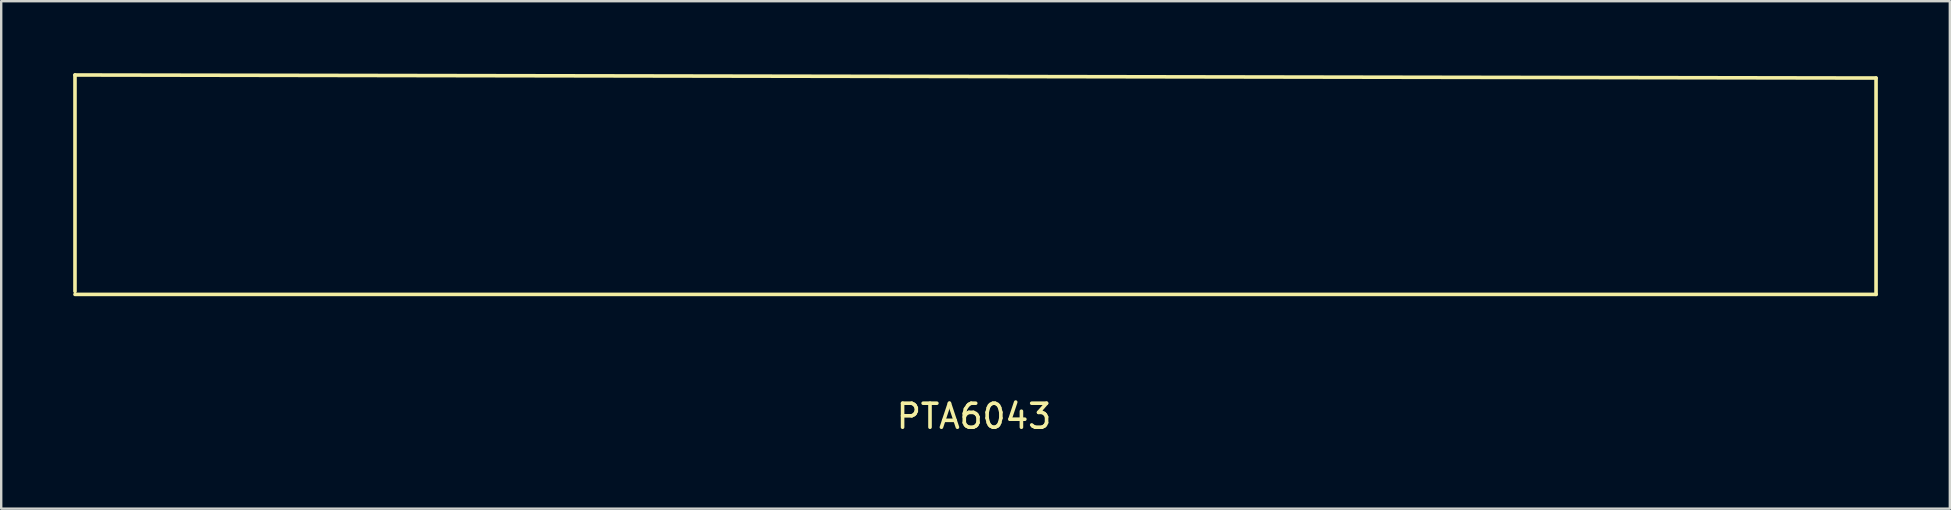
<source format=kicad_pcb>
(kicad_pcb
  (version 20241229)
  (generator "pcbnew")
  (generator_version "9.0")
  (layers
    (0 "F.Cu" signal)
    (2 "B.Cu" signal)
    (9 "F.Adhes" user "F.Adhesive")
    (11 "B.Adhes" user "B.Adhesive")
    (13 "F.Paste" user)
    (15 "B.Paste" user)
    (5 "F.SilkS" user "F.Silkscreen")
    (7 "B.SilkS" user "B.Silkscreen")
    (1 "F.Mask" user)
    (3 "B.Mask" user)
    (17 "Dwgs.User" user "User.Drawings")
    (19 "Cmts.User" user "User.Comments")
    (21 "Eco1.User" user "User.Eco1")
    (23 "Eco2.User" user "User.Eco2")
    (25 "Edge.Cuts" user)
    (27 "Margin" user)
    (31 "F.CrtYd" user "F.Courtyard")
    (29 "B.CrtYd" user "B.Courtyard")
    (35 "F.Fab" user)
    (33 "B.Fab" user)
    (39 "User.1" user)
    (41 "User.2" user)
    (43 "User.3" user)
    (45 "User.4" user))
  (footprint "PTA6043"
    (layer "F.Cu")
    (at 37.54 4.647)
    (property "Reference" "PTA6043" (at 0 9.652 0) (layer "F.SilkS") (effects (font (size 1 1) (thickness 0.15))))
    (attr through_hole)
    (fp_line (start -37.465 -4.572) (end 37.592 -4.445) (stroke (width 0.15) (type solid)) (layer "F.SilkS"))
    (fp_line (start -37.465 4.445) (end -37.465 -4.572) (stroke (width 0.15) (type solid)) (layer "F.SilkS"))
    (fp_line (start 37.592 -4.445) (end 37.592 4.572) (stroke (width 0.15) (type solid)) (layer "F.SilkS"))
    (fp_line (start 37.592 4.572) (end -37.465 4.572) (stroke (width 0.15) (type solid)) (layer "F.SilkS")))
  (gr_rect
    (start -3 -3)
    (end 78.207 18.147)
    (stroke (width 0.1) (type default))
    (fill no)
    (layer "Edge.Cuts")))
</source>
